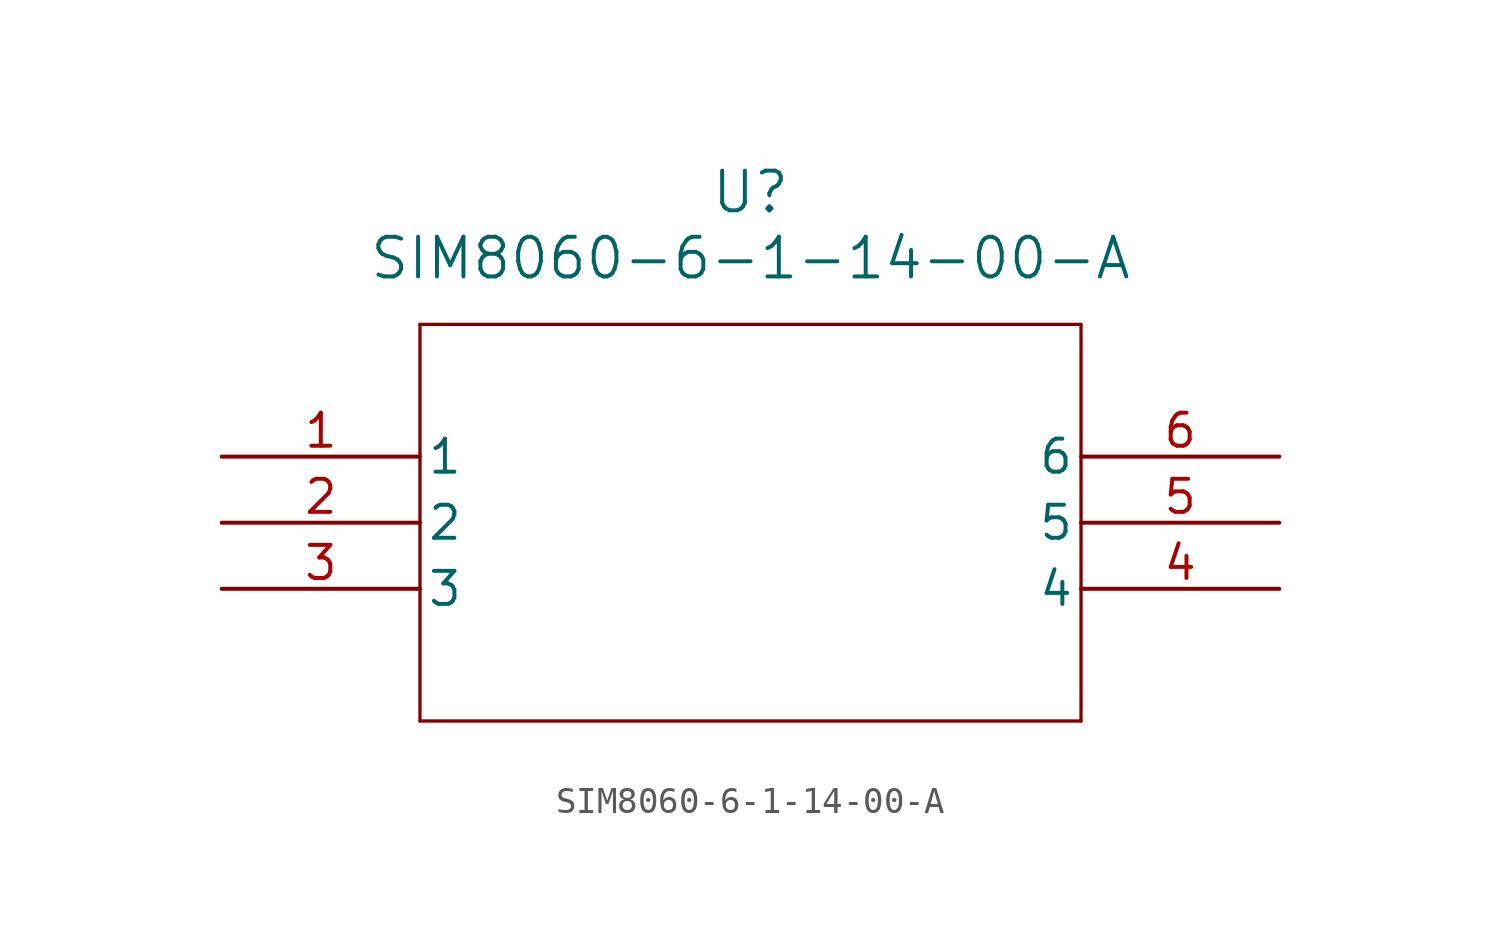
<source format=kicad_sym>
(kicad_symbol_lib
  (version 20211014)
  (generator kicad_symbol_editor)
  (symbol "SIM8060-6-1-14-00-A"
    (pin_names
      (offset 0.254))
    (property "Reference" "U"
      (at 20.32 10.16 0)
      (effects (font (size 1.524 1.524))))
    (property "Value" "SIM8060-6-1-14-00-A"
      (at 20.32 7.62 0)
      (effects (font (size 1.524 1.524))))
    (symbol "SIM8060-6-1-14-00-A_0_1"
      (polyline (pts (xy 7.62 5.08) (xy 7.62 -10.16)) (stroke (width 0.127) (type default) (color 0 0 0 0)) (fill (type none)))
      (polyline (pts (xy 7.62 -10.16) (xy 33.02 -10.16)) (stroke (width 0.127) (type default) (color 0 0 0 0)) (fill (type none)))
      (polyline (pts (xy 33.02 -10.16) (xy 33.02 5.08)) (stroke (width 0.127) (type default) (color 0 0 0 0)) (fill (type none)))
      (polyline (pts (xy 33.02 5.08) (xy 7.62 5.08)) (stroke (width 0.127) (type default) (color 0 0 0 0)) (fill (type none)))
      (pin unspecified line (at 0 0 0) (length 7.62) (name "1" (effects (font (size 1.27 1.27)))) (number "1" (effects (font (size 1.27 1.27)))))
      (pin unspecified line (at 0 -2.54 0) (length 7.62) (name "2" (effects (font (size 1.27 1.27)))) (number "2" (effects (font (size 1.27 1.27)))))
      (pin unspecified line (at 0 -5.08 0) (length 7.62) (name "3" (effects (font (size 1.27 1.27)))) (number "3" (effects (font (size 1.27 1.27)))))
      (pin unspecified line (at 40.64 -5.08 180) (length 7.62) (name "4" (effects (font (size 1.27 1.27)))) (number "4" (effects (font (size 1.27 1.27)))))
      (pin unspecified line (at 40.64 -2.54 180) (length 7.62) (name "5" (effects (font (size 1.27 1.27)))) (number "5" (effects (font (size 1.27 1.27)))))
      (pin unspecified line (at 40.64 0 180) (length 7.62) (name "6" (effects (font (size 1.27 1.27)))) (number "6" (effects (font (size 1.27 1.27))))))))
</source>
